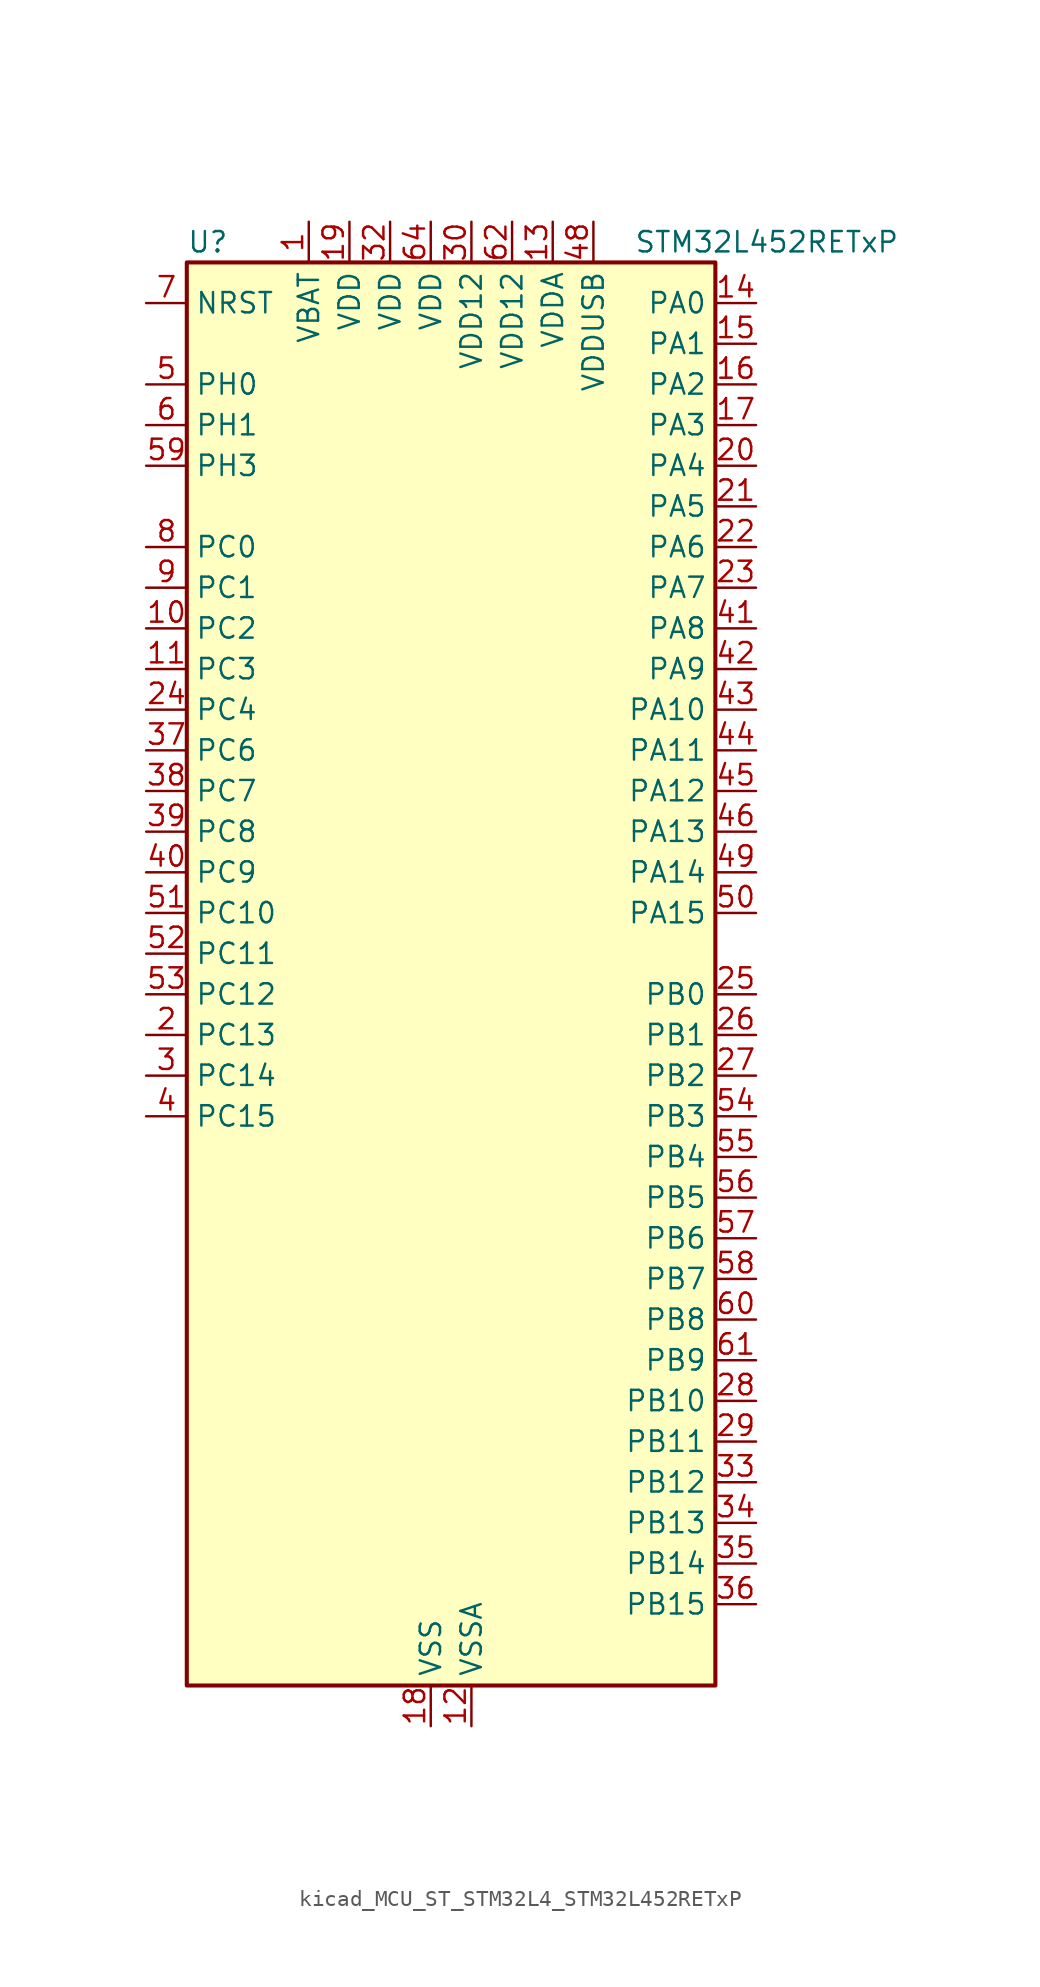
<source format=kicad_sym>
(kicad_symbol_lib
  (version 20220914)
  (generator kicad_symbol_editor)
  (symbol "kicad_MCU_ST_STM32L4_STM32L452RETxP"
    (property "Reference" "U"
      (at -15.24 46.99 0)
      (effects (font (size 1.27 1.27)) (justify left)))
    (property "Value" "STM32L452RETxP"
      (at 12.7 46.99 0)
      (effects (font (size 1.27 1.27)) (justify left)))
    (property "ki_locked" ""
      (at 0 0 0)
      (effects (font (size 1.27 1.27))))
    (symbol "kicad_MCU_ST_STM32L4_STM32L452RETxP_0_1"
      (rectangle (start -15.24 -43.18) (end 17.78 45.72) (stroke (width 0.254) (type default)) (fill (type background))))
    (symbol "kicad_MCU_ST_STM32L4_STM32L452RETxP_1_1"
      (pin power_in line (at -7.62 48.26 270) (length 2.54) (name "VBAT" (effects (font (size 1.27 1.27)))) (number "1" (effects (font (size 1.27 1.27)))))
      (pin bidirectional line (at -17.78 22.86 0) (length 2.54) (name "PC2" (effects (font (size 1.27 1.27)))) (number "10" (effects (font (size 1.27 1.27)))) (alternate "ADC1_IN3" bidirectional line) (alternate "DFSDM1_CKOUT" bidirectional line) (alternate "LPTIM1_IN2" bidirectional line) (alternate "SPI2_MISO" bidirectional line))
      (pin bidirectional line (at -17.78 20.32 0) (length 2.54) (name "PC3" (effects (font (size 1.27 1.27)))) (number "11" (effects (font (size 1.27 1.27)))) (alternate "ADC1_IN4" bidirectional line) (alternate "LPTIM1_ETR" bidirectional line) (alternate "LPTIM2_ETR" bidirectional line) (alternate "SAI1_SD_A" bidirectional line) (alternate "SPI2_MOSI" bidirectional line))
      (pin power_in line (at 2.54 -45.72 90) (length 2.54) (name "VSSA" (effects (font (size 1.27 1.27)))) (number "12" (effects (font (size 1.27 1.27)))))
      (pin power_in line (at 7.62 48.26 270) (length 2.54) (name "VDDA" (effects (font (size 1.27 1.27)))) (number "13" (effects (font (size 1.27 1.27)))))
      (pin bidirectional line (at 20.32 43.18 180) (length 2.54) (name "PA0" (effects (font (size 1.27 1.27)))) (number "14" (effects (font (size 1.27 1.27)))) (alternate "ADC1_IN5" bidirectional line) (alternate "COMP1_INM" bidirectional line) (alternate "COMP1_OUT" bidirectional line) (alternate "OPAMP1_VINP" bidirectional line) (alternate "RTC_TAMP2" bidirectional line) (alternate "SAI1_EXTCLK" bidirectional line) (alternate "SYS_WKUP1" bidirectional line) (alternate "TIM2_CH1" bidirectional line) (alternate "TIM2_ETR" bidirectional line) (alternate "UART4_TX" bidirectional line) (alternate "USART2_CTS" bidirectional line))
      (pin bidirectional line (at 20.32 40.64 180) (length 2.54) (name "PA1" (effects (font (size 1.27 1.27)))) (number "15" (effects (font (size 1.27 1.27)))) (alternate "ADC1_IN6" bidirectional line) (alternate "COMP1_INP" bidirectional line) (alternate "I2C1_SMBA" bidirectional line) (alternate "OPAMP1_VINM" bidirectional line) (alternate "SPI1_SCK" bidirectional line) (alternate "TIM15_CH1N" bidirectional line) (alternate "TIM2_CH2" bidirectional line) (alternate "UART4_RX" bidirectional line) (alternate "USART2_DE" bidirectional line) (alternate "USART2_RTS" bidirectional line))
      (pin bidirectional line (at 20.32 38.1 180) (length 2.54) (name "PA2" (effects (font (size 1.27 1.27)))) (number "16" (effects (font (size 1.27 1.27)))) (alternate "ADC1_IN7" bidirectional line) (alternate "COMP2_INM" bidirectional line) (alternate "COMP2_OUT" bidirectional line) (alternate "LPUART1_TX" bidirectional line) (alternate "QUADSPI_BK1_NCS" bidirectional line) (alternate "RCC_LSCO" bidirectional line) (alternate "SYS_WKUP4" bidirectional line) (alternate "TIM15_CH1" bidirectional line) (alternate "TIM2_CH3" bidirectional line) (alternate "USART2_TX" bidirectional line))
      (pin bidirectional line (at 20.32 35.56 180) (length 2.54) (name "PA3" (effects (font (size 1.27 1.27)))) (number "17" (effects (font (size 1.27 1.27)))) (alternate "ADC1_IN8" bidirectional line) (alternate "COMP2_INP" bidirectional line) (alternate "LPUART1_RX" bidirectional line) (alternate "OPAMP1_VOUT" bidirectional line) (alternate "QUADSPI_CLK" bidirectional line) (alternate "SAI1_MCLK_A" bidirectional line) (alternate "TIM15_CH2" bidirectional line) (alternate "TIM2_CH4" bidirectional line) (alternate "USART2_RX" bidirectional line))
      (pin power_in line (at 0 -45.72 90) (length 2.54) (name "VSS" (effects (font (size 1.27 1.27)))) (number "18" (effects (font (size 1.27 1.27)))))
      (pin power_in line (at -5.08 48.26 270) (length 2.54) (name "VDD" (effects (font (size 1.27 1.27)))) (number "19" (effects (font (size 1.27 1.27)))))
      (pin bidirectional line (at -17.78 -2.54 0) (length 2.54) (name "PC13" (effects (font (size 1.27 1.27)))) (number "2" (effects (font (size 1.27 1.27)))) (alternate "RTC_OUT_ALARM" bidirectional line) (alternate "RTC_OUT_CALIB" bidirectional line) (alternate "RTC_TAMP1" bidirectional line) (alternate "RTC_TS" bidirectional line) (alternate "SYS_WKUP2" bidirectional line))
      (pin bidirectional line (at 20.32 33.02 180) (length 2.54) (name "PA4" (effects (font (size 1.27 1.27)))) (number "20" (effects (font (size 1.27 1.27)))) (alternate "ADC1_IN9" bidirectional line) (alternate "COMP1_INM" bidirectional line) (alternate "COMP2_INM" bidirectional line) (alternate "DAC1_OUT1" bidirectional line) (alternate "LPTIM2_OUT" bidirectional line) (alternate "SAI1_FS_B" bidirectional line) (alternate "SPI1_NSS" bidirectional line) (alternate "SPI3_NSS" bidirectional line) (alternate "USART2_CK" bidirectional line))
      (pin bidirectional line (at 20.32 30.48 180) (length 2.54) (name "PA5" (effects (font (size 1.27 1.27)))) (number "21" (effects (font (size 1.27 1.27)))) (alternate "ADC1_IN10" bidirectional line) (alternate "COMP1_INM" bidirectional line) (alternate "COMP2_INM" bidirectional line) (alternate "DFSDM1_CKOUT" bidirectional line) (alternate "LPTIM2_ETR" bidirectional line) (alternate "SPI1_SCK" bidirectional line) (alternate "TIM2_CH1" bidirectional line) (alternate "TIM2_ETR" bidirectional line))
      (pin bidirectional line (at 20.32 27.94 180) (length 2.54) (name "PA6" (effects (font (size 1.27 1.27)))) (number "22" (effects (font (size 1.27 1.27)))) (alternate "ADC1_IN11" bidirectional line) (alternate "COMP1_OUT" bidirectional line) (alternate "LPUART1_CTS" bidirectional line) (alternate "QUADSPI_BK1_IO3" bidirectional line) (alternate "SPI1_MISO" bidirectional line) (alternate "TIM16_CH1" bidirectional line) (alternate "TIM1_BKIN" bidirectional line) (alternate "TIM1_BKIN_COMP2" bidirectional line) (alternate "TIM3_CH1" bidirectional line) (alternate "USART3_CTS" bidirectional line))
      (pin bidirectional line (at 20.32 25.4 180) (length 2.54) (name "PA7" (effects (font (size 1.27 1.27)))) (number "23" (effects (font (size 1.27 1.27)))) (alternate "ADC1_IN12" bidirectional line) (alternate "COMP2_OUT" bidirectional line) (alternate "DFSDM1_DATIN0" bidirectional line) (alternate "I2C3_SCL" bidirectional line) (alternate "QUADSPI_BK1_IO2" bidirectional line) (alternate "SPI1_MOSI" bidirectional line) (alternate "TIM1_CH1N" bidirectional line) (alternate "TIM3_CH2" bidirectional line))
      (pin bidirectional line (at -17.78 17.78 0) (length 2.54) (name "PC4" (effects (font (size 1.27 1.27)))) (number "24" (effects (font (size 1.27 1.27)))) (alternate "ADC1_IN13" bidirectional line) (alternate "COMP1_INM" bidirectional line) (alternate "USART3_TX" bidirectional line))
      (pin bidirectional line (at 20.32 0 180) (length 2.54) (name "PB0" (effects (font (size 1.27 1.27)))) (number "25" (effects (font (size 1.27 1.27)))) (alternate "ADC1_IN15" bidirectional line) (alternate "COMP1_OUT" bidirectional line) (alternate "DFSDM1_CKIN0" bidirectional line) (alternate "QUADSPI_BK1_IO1" bidirectional line) (alternate "SAI1_EXTCLK" bidirectional line) (alternate "SPI1_NSS" bidirectional line) (alternate "TIM1_CH2N" bidirectional line) (alternate "TIM3_CH3" bidirectional line) (alternate "USART3_CK" bidirectional line))
      (pin bidirectional line (at 20.32 -2.54 180) (length 2.54) (name "PB1" (effects (font (size 1.27 1.27)))) (number "26" (effects (font (size 1.27 1.27)))) (alternate "ADC1_IN16" bidirectional line) (alternate "COMP1_INM" bidirectional line) (alternate "DFSDM1_DATIN0" bidirectional line) (alternate "LPTIM2_IN1" bidirectional line) (alternate "LPUART1_DE" bidirectional line) (alternate "LPUART1_RTS" bidirectional line) (alternate "QUADSPI_BK1_IO0" bidirectional line) (alternate "TIM1_CH3N" bidirectional line) (alternate "TIM3_CH4" bidirectional line) (alternate "USART3_DE" bidirectional line) (alternate "USART3_RTS" bidirectional line))
      (pin bidirectional line (at 20.32 -5.08 180) (length 2.54) (name "PB2" (effects (font (size 1.27 1.27)))) (number "27" (effects (font (size 1.27 1.27)))) (alternate "COMP1_INP" bidirectional line) (alternate "DFSDM1_CKIN0" bidirectional line) (alternate "I2C3_SMBA" bidirectional line) (alternate "LPTIM1_OUT" bidirectional line) (alternate "RTC_OUT_ALARM" bidirectional line) (alternate "RTC_OUT_CALIB" bidirectional line))
      (pin bidirectional line (at 20.32 -25.4 180) (length 2.54) (name "PB10" (effects (font (size 1.27 1.27)))) (number "28" (effects (font (size 1.27 1.27)))) (alternate "COMP1_OUT" bidirectional line) (alternate "I2C2_SCL" bidirectional line) (alternate "I2C4_SCL" bidirectional line) (alternate "LPUART1_RX" bidirectional line) (alternate "QUADSPI_CLK" bidirectional line) (alternate "SAI1_SCK_A" bidirectional line) (alternate "SPI2_SCK" bidirectional line) (alternate "TIM2_CH3" bidirectional line) (alternate "TSC_SYNC" bidirectional line) (alternate "USART3_TX" bidirectional line))
      (pin bidirectional line (at 20.32 -27.94 180) (length 2.54) (name "PB11" (effects (font (size 1.27 1.27)))) (number "29" (effects (font (size 1.27 1.27)))) (alternate "ADC1_EXTI11" bidirectional line) (alternate "COMP2_OUT" bidirectional line) (alternate "I2C2_SDA" bidirectional line) (alternate "I2C4_SDA" bidirectional line) (alternate "LPUART1_TX" bidirectional line) (alternate "QUADSPI_BK1_NCS" bidirectional line) (alternate "TIM2_CH4" bidirectional line) (alternate "USART3_RX" bidirectional line))
      (pin bidirectional line (at -17.78 -5.08 0) (length 2.54) (name "PC14" (effects (font (size 1.27 1.27)))) (number "3" (effects (font (size 1.27 1.27)))) (alternate "RCC_OSC32_IN" bidirectional line))
      (pin power_in line (at 2.54 48.26 270) (length 2.54) (name "VDD12" (effects (font (size 1.27 1.27)))) (number "30" (effects (font (size 1.27 1.27)))))
      (pin passive line (at 0 -45.72 90) (length 2.54) hide (name "VSS" (effects (font (size 1.27 1.27)))) (number "31" (effects (font (size 1.27 1.27)))))
      (pin power_in line (at -2.54 48.26 270) (length 2.54) (name "VDD" (effects (font (size 1.27 1.27)))) (number "32" (effects (font (size 1.27 1.27)))))
      (pin bidirectional line (at 20.32 -30.48 180) (length 2.54) (name "PB12" (effects (font (size 1.27 1.27)))) (number "33" (effects (font (size 1.27 1.27)))) (alternate "CAN1_RX" bidirectional line) (alternate "DFSDM1_DATIN1" bidirectional line) (alternate "I2C2_SMBA" bidirectional line) (alternate "LPUART1_DE" bidirectional line) (alternate "LPUART1_RTS" bidirectional line) (alternate "SAI1_FS_A" bidirectional line) (alternate "SPI2_NSS" bidirectional line) (alternate "TIM15_BKIN" bidirectional line) (alternate "TIM1_BKIN" bidirectional line) (alternate "TIM1_BKIN_COMP2" bidirectional line) (alternate "TSC_G1_IO1" bidirectional line) (alternate "USART3_CK" bidirectional line))
      (pin bidirectional line (at 20.32 -33.02 180) (length 2.54) (name "PB13" (effects (font (size 1.27 1.27)))) (number "34" (effects (font (size 1.27 1.27)))) (alternate "CAN1_TX" bidirectional line) (alternate "DFSDM1_CKIN1" bidirectional line) (alternate "I2C2_SCL" bidirectional line) (alternate "LPUART1_CTS" bidirectional line) (alternate "SAI1_SCK_A" bidirectional line) (alternate "SPI2_SCK" bidirectional line) (alternate "TIM15_CH1N" bidirectional line) (alternate "TIM1_CH1N" bidirectional line) (alternate "TSC_G1_IO2" bidirectional line) (alternate "USART3_CTS" bidirectional line))
      (pin bidirectional line (at 20.32 -35.56 180) (length 2.54) (name "PB14" (effects (font (size 1.27 1.27)))) (number "35" (effects (font (size 1.27 1.27)))) (alternate "DFSDM1_DATIN2" bidirectional line) (alternate "I2C2_SDA" bidirectional line) (alternate "SAI1_MCLK_A" bidirectional line) (alternate "SPI2_MISO" bidirectional line) (alternate "TIM15_CH1" bidirectional line) (alternate "TIM1_CH2N" bidirectional line) (alternate "TSC_G1_IO3" bidirectional line) (alternate "USART3_DE" bidirectional line) (alternate "USART3_RTS" bidirectional line))
      (pin bidirectional line (at 20.32 -38.1 180) (length 2.54) (name "PB15" (effects (font (size 1.27 1.27)))) (number "36" (effects (font (size 1.27 1.27)))) (alternate "ADC1_EXTI15" bidirectional line) (alternate "DFSDM1_CKIN2" bidirectional line) (alternate "RTC_REFIN" bidirectional line) (alternate "SAI1_SD_A" bidirectional line) (alternate "SPI2_MOSI" bidirectional line) (alternate "TIM15_CH2" bidirectional line) (alternate "TIM1_CH3N" bidirectional line) (alternate "TSC_G1_IO4" bidirectional line))
      (pin bidirectional line (at -17.78 15.24 0) (length 2.54) (name "PC6" (effects (font (size 1.27 1.27)))) (number "37" (effects (font (size 1.27 1.27)))) (alternate "DFSDM1_CKIN3" bidirectional line) (alternate "TIM3_CH1" bidirectional line) (alternate "TSC_G4_IO1" bidirectional line))
      (pin bidirectional line (at -17.78 12.7 0) (length 2.54) (name "PC7" (effects (font (size 1.27 1.27)))) (number "38" (effects (font (size 1.27 1.27)))) (alternate "DFSDM1_DATIN3" bidirectional line) (alternate "TIM3_CH2" bidirectional line) (alternate "TSC_G4_IO2" bidirectional line))
      (pin bidirectional line (at -17.78 10.16 0) (length 2.54) (name "PC8" (effects (font (size 1.27 1.27)))) (number "39" (effects (font (size 1.27 1.27)))) (alternate "TIM3_CH3" bidirectional line) (alternate "TSC_G4_IO3" bidirectional line))
      (pin bidirectional line (at -17.78 -7.62 0) (length 2.54) (name "PC15" (effects (font (size 1.27 1.27)))) (number "4" (effects (font (size 1.27 1.27)))) (alternate "ADC1_EXTI15" bidirectional line) (alternate "RCC_OSC32_OUT" bidirectional line))
      (pin bidirectional line (at -17.78 7.62 0) (length 2.54) (name "PC9" (effects (font (size 1.27 1.27)))) (number "40" (effects (font (size 1.27 1.27)))) (alternate "DAC1_EXTI9" bidirectional line) (alternate "TIM3_CH4" bidirectional line) (alternate "TSC_G4_IO4" bidirectional line) (alternate "USB_NOE" bidirectional line))
      (pin bidirectional line (at 20.32 22.86 180) (length 2.54) (name "PA8" (effects (font (size 1.27 1.27)))) (number "41" (effects (font (size 1.27 1.27)))) (alternate "DFSDM1_CKIN1" bidirectional line) (alternate "LPTIM2_OUT" bidirectional line) (alternate "RCC_MCO" bidirectional line) (alternate "SAI1_SCK_A" bidirectional line) (alternate "TIM1_CH1" bidirectional line) (alternate "USART1_CK" bidirectional line))
      (pin bidirectional line (at 20.32 20.32 180) (length 2.54) (name "PA9" (effects (font (size 1.27 1.27)))) (number "42" (effects (font (size 1.27 1.27)))) (alternate "DAC1_EXTI9" bidirectional line) (alternate "DFSDM1_DATIN1" bidirectional line) (alternate "I2C1_SCL" bidirectional line) (alternate "SAI1_FS_A" bidirectional line) (alternate "TIM15_BKIN" bidirectional line) (alternate "TIM1_CH2" bidirectional line) (alternate "USART1_TX" bidirectional line))
      (pin bidirectional line (at 20.32 17.78 180) (length 2.54) (name "PA10" (effects (font (size 1.27 1.27)))) (number "43" (effects (font (size 1.27 1.27)))) (alternate "CRS_SYNC" bidirectional line) (alternate "I2C1_SDA" bidirectional line) (alternate "SAI1_SD_A" bidirectional line) (alternate "TIM1_CH3" bidirectional line) (alternate "USART1_RX" bidirectional line))
      (pin bidirectional line (at 20.32 15.24 180) (length 2.54) (name "PA11" (effects (font (size 1.27 1.27)))) (number "44" (effects (font (size 1.27 1.27)))) (alternate "ADC1_EXTI11" bidirectional line) (alternate "CAN1_RX" bidirectional line) (alternate "COMP1_OUT" bidirectional line) (alternate "SPI1_MISO" bidirectional line) (alternate "TIM1_BKIN2" bidirectional line) (alternate "TIM1_BKIN2_COMP1" bidirectional line) (alternate "TIM1_CH4" bidirectional line) (alternate "USART1_CTS" bidirectional line) (alternate "USB_DM" bidirectional line))
      (pin bidirectional line (at 20.32 12.7 180) (length 2.54) (name "PA12" (effects (font (size 1.27 1.27)))) (number "45" (effects (font (size 1.27 1.27)))) (alternate "CAN1_TX" bidirectional line) (alternate "SPI1_MOSI" bidirectional line) (alternate "TIM1_ETR" bidirectional line) (alternate "USART1_DE" bidirectional line) (alternate "USART1_RTS" bidirectional line) (alternate "USB_DP" bidirectional line))
      (pin bidirectional line (at 20.32 10.16 180) (length 2.54) (name "PA13" (effects (font (size 1.27 1.27)))) (number "46" (effects (font (size 1.27 1.27)))) (alternate "IR_OUT" bidirectional line) (alternate "SAI1_SD_B" bidirectional line) (alternate "SYS_JTMS-SWDIO" bidirectional line) (alternate "USB_NOE" bidirectional line))
      (pin passive line (at 0 -45.72 90) (length 2.54) hide (name "VSS" (effects (font (size 1.27 1.27)))) (number "47" (effects (font (size 1.27 1.27)))))
      (pin power_in line (at 10.16 48.26 270) (length 2.54) (name "VDDUSB" (effects (font (size 1.27 1.27)))) (number "48" (effects (font (size 1.27 1.27)))))
      (pin bidirectional line (at 20.32 7.62 180) (length 2.54) (name "PA14" (effects (font (size 1.27 1.27)))) (number "49" (effects (font (size 1.27 1.27)))) (alternate "I2C1_SMBA" bidirectional line) (alternate "I2C4_SMBA" bidirectional line) (alternate "LPTIM1_OUT" bidirectional line) (alternate "SAI1_FS_B" bidirectional line) (alternate "SYS_JTCK-SWCLK" bidirectional line))
      (pin bidirectional line (at -17.78 38.1 0) (length 2.54) (name "PH0" (effects (font (size 1.27 1.27)))) (number "5" (effects (font (size 1.27 1.27)))) (alternate "RCC_OSC_IN" bidirectional line))
      (pin bidirectional line (at 20.32 5.08 180) (length 2.54) (name "PA15" (effects (font (size 1.27 1.27)))) (number "50" (effects (font (size 1.27 1.27)))) (alternate "ADC1_EXTI15" bidirectional line) (alternate "SPI1_NSS" bidirectional line) (alternate "SPI3_NSS" bidirectional line) (alternate "SYS_JTDI" bidirectional line) (alternate "TIM2_CH1" bidirectional line) (alternate "TIM2_ETR" bidirectional line) (alternate "TSC_G3_IO1" bidirectional line) (alternate "UART4_DE" bidirectional line) (alternate "UART4_RTS" bidirectional line) (alternate "USART2_RX" bidirectional line) (alternate "USART3_DE" bidirectional line) (alternate "USART3_RTS" bidirectional line))
      (pin bidirectional line (at -17.78 5.08 0) (length 2.54) (name "PC10" (effects (font (size 1.27 1.27)))) (number "51" (effects (font (size 1.27 1.27)))) (alternate "SPI3_SCK" bidirectional line) (alternate "SYS_TRACED1" bidirectional line) (alternate "TSC_G3_IO2" bidirectional line) (alternate "UART4_TX" bidirectional line) (alternate "USART3_TX" bidirectional line))
      (pin bidirectional line (at -17.78 2.54 0) (length 2.54) (name "PC11" (effects (font (size 1.27 1.27)))) (number "52" (effects (font (size 1.27 1.27)))) (alternate "ADC1_EXTI11" bidirectional line) (alternate "SPI3_MISO" bidirectional line) (alternate "TSC_G3_IO3" bidirectional line) (alternate "UART4_RX" bidirectional line) (alternate "USART3_RX" bidirectional line))
      (pin bidirectional line (at -17.78 0 0) (length 2.54) (name "PC12" (effects (font (size 1.27 1.27)))) (number "53" (effects (font (size 1.27 1.27)))) (alternate "SPI3_MOSI" bidirectional line) (alternate "SYS_TRACED3" bidirectional line) (alternate "TSC_G3_IO4" bidirectional line) (alternate "USART3_CK" bidirectional line))
      (pin bidirectional line (at 20.32 -7.62 180) (length 2.54) (name "PB3" (effects (font (size 1.27 1.27)))) (number "54" (effects (font (size 1.27 1.27)))) (alternate "COMP2_INM" bidirectional line) (alternate "SAI1_SCK_B" bidirectional line) (alternate "SPI1_SCK" bidirectional line) (alternate "SPI3_SCK" bidirectional line) (alternate "SYS_JTDO-SWO" bidirectional line) (alternate "TIM2_CH2" bidirectional line) (alternate "USART1_DE" bidirectional line) (alternate "USART1_RTS" bidirectional line))
      (pin bidirectional line (at 20.32 -10.16 180) (length 2.54) (name "PB4" (effects (font (size 1.27 1.27)))) (number "55" (effects (font (size 1.27 1.27)))) (alternate "COMP2_INP" bidirectional line) (alternate "I2C3_SDA" bidirectional line) (alternate "SAI1_MCLK_B" bidirectional line) (alternate "SPI1_MISO" bidirectional line) (alternate "SPI3_MISO" bidirectional line) (alternate "SYS_JTRST" bidirectional line) (alternate "TIM3_CH1" bidirectional line) (alternate "TSC_G2_IO1" bidirectional line) (alternate "USART1_CTS" bidirectional line))
      (pin bidirectional line (at 20.32 -12.7 180) (length 2.54) (name "PB5" (effects (font (size 1.27 1.27)))) (number "56" (effects (font (size 1.27 1.27)))) (alternate "CAN1_RX" bidirectional line) (alternate "COMP2_OUT" bidirectional line) (alternate "I2C1_SMBA" bidirectional line) (alternate "LPTIM1_IN1" bidirectional line) (alternate "SAI1_SD_B" bidirectional line) (alternate "SPI1_MOSI" bidirectional line) (alternate "SPI3_MOSI" bidirectional line) (alternate "TIM16_BKIN" bidirectional line) (alternate "TIM3_CH2" bidirectional line) (alternate "TSC_G2_IO2" bidirectional line) (alternate "USART1_CK" bidirectional line))
      (pin bidirectional line (at 20.32 -15.24 180) (length 2.54) (name "PB6" (effects (font (size 1.27 1.27)))) (number "57" (effects (font (size 1.27 1.27)))) (alternate "CAN1_TX" bidirectional line) (alternate "COMP2_INP" bidirectional line) (alternate "I2C1_SCL" bidirectional line) (alternate "I2C4_SCL" bidirectional line) (alternate "LPTIM1_ETR" bidirectional line) (alternate "SAI1_FS_B" bidirectional line) (alternate "TIM16_CH1N" bidirectional line) (alternate "TSC_G2_IO3" bidirectional line) (alternate "USART1_TX" bidirectional line))
      (pin bidirectional line (at 20.32 -17.78 180) (length 2.54) (name "PB7" (effects (font (size 1.27 1.27)))) (number "58" (effects (font (size 1.27 1.27)))) (alternate "COMP2_INM" bidirectional line) (alternate "I2C1_SDA" bidirectional line) (alternate "I2C4_SDA" bidirectional line) (alternate "LPTIM1_IN2" bidirectional line) (alternate "SYS_PVD_IN" bidirectional line) (alternate "TSC_G2_IO4" bidirectional line) (alternate "UART4_CTS" bidirectional line) (alternate "USART1_RX" bidirectional line))
      (pin bidirectional line (at -17.78 33.02 0) (length 2.54) (name "PH3" (effects (font (size 1.27 1.27)))) (number "59" (effects (font (size 1.27 1.27)))))
      (pin bidirectional line (at -17.78 35.56 0) (length 2.54) (name "PH1" (effects (font (size 1.27 1.27)))) (number "6" (effects (font (size 1.27 1.27)))) (alternate "RCC_OSC_OUT" bidirectional line))
      (pin bidirectional line (at 20.32 -20.32 180) (length 2.54) (name "PB8" (effects (font (size 1.27 1.27)))) (number "60" (effects (font (size 1.27 1.27)))) (alternate "CAN1_RX" bidirectional line) (alternate "I2C1_SCL" bidirectional line) (alternate "SAI1_MCLK_A" bidirectional line) (alternate "TIM16_CH1" bidirectional line))
      (pin bidirectional line (at 20.32 -22.86 180) (length 2.54) (name "PB9" (effects (font (size 1.27 1.27)))) (number "61" (effects (font (size 1.27 1.27)))) (alternate "CAN1_TX" bidirectional line) (alternate "DAC1_EXTI9" bidirectional line) (alternate "I2C1_SDA" bidirectional line) (alternate "IR_OUT" bidirectional line) (alternate "SAI1_FS_A" bidirectional line) (alternate "SPI2_NSS" bidirectional line))
      (pin power_in line (at 5.08 48.26 270) (length 2.54) (name "VDD12" (effects (font (size 1.27 1.27)))) (number "62" (effects (font (size 1.27 1.27)))))
      (pin passive line (at 0 -45.72 90) (length 2.54) hide (name "VSS" (effects (font (size 1.27 1.27)))) (number "63" (effects (font (size 1.27 1.27)))))
      (pin power_in line (at 0 48.26 270) (length 2.54) (name "VDD" (effects (font (size 1.27 1.27)))) (number "64" (effects (font (size 1.27 1.27)))))
      (pin input line (at -17.78 43.18 0) (length 2.54) (name "NRST" (effects (font (size 1.27 1.27)))) (number "7" (effects (font (size 1.27 1.27)))))
      (pin bidirectional line (at -17.78 27.94 0) (length 2.54) (name "PC0" (effects (font (size 1.27 1.27)))) (number "8" (effects (font (size 1.27 1.27)))) (alternate "ADC1_IN1" bidirectional line) (alternate "I2C3_SCL" bidirectional line) (alternate "I2C4_SCL" bidirectional line) (alternate "LPTIM1_IN1" bidirectional line) (alternate "LPTIM2_IN1" bidirectional line) (alternate "LPUART1_RX" bidirectional line))
      (pin bidirectional line (at -17.78 25.4 0) (length 2.54) (name "PC1" (effects (font (size 1.27 1.27)))) (number "9" (effects (font (size 1.27 1.27)))) (alternate "ADC1_IN2" bidirectional line) (alternate "I2C3_SDA" bidirectional line) (alternate "I2C4_SDA" bidirectional line) (alternate "LPTIM1_OUT" bidirectional line) (alternate "LPUART1_TX" bidirectional line) (alternate "SYS_TRACED0" bidirectional line)))))
</source>
